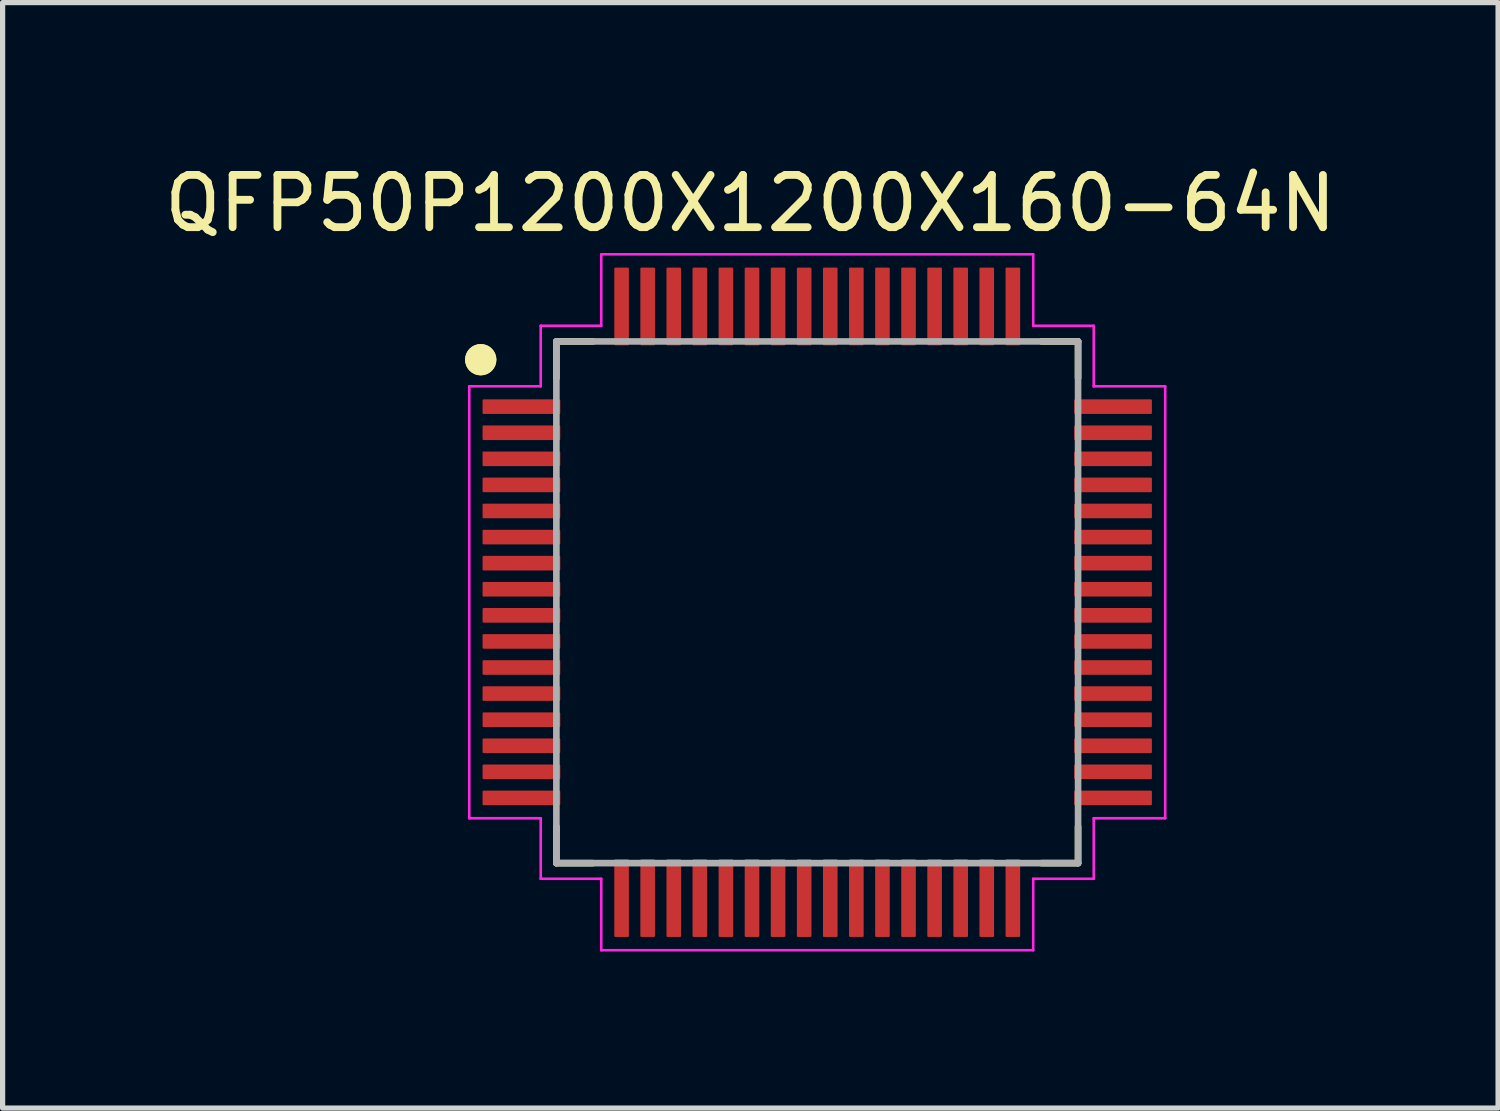
<source format=kicad_pcb>
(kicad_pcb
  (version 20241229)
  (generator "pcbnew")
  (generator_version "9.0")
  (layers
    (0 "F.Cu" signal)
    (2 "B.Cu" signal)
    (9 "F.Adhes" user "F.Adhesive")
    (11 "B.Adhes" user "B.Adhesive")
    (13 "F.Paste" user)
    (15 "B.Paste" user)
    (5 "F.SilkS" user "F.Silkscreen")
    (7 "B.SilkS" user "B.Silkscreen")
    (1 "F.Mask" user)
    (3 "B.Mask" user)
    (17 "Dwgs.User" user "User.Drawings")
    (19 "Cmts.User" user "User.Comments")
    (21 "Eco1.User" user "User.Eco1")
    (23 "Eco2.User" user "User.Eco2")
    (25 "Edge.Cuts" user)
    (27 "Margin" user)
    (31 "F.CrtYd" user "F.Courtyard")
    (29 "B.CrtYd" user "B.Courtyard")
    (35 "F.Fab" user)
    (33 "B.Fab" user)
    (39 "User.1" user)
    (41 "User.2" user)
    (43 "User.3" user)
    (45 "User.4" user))
  (footprint "QFP50P1200X1200X160-64N"
    (layer "F.Cu")
    (at 12.615 8.495)
    (property "Reference" "QFP50P1200X1200X160-64N" (at -1.281 -7.646 0) (layer "F.SilkS") (effects (font (size 1.002 1.002) (thickness 0.15))))
    (attr through_hole)
    (fp_line (start -5 -5) (end -5 -4.3) (stroke (width 0.127) (type solid)) (layer "F.SilkS"))
    (fp_line (start -5 4.3) (end -5 5) (stroke (width 0.127) (type solid)) (layer "F.SilkS"))
    (fp_line (start -5 5) (end -4.3 5) (stroke (width 0.127) (type solid)) (layer "F.SilkS"))
    (fp_line (start -4.3 -5) (end -5 -5) (stroke (width 0.127) (type solid)) (layer "F.SilkS"))
    (fp_line (start 4.3 -5) (end 5 -5) (stroke (width 0.127) (type solid)) (layer "F.SilkS"))
    (fp_line (start 5 -5) (end 5 -4.3) (stroke (width 0.127) (type solid)) (layer "F.SilkS"))
    (fp_line (start 5 4.3) (end 5 5) (stroke (width 0.127) (type solid)) (layer "F.SilkS"))
    (fp_line (start 5 5) (end 4.3 5) (stroke (width 0.127) (type solid)) (layer "F.SilkS"))
    (fp_circle (center -6.45 -4.65) (end -6.4 -4.65) (stroke (width 0.127) (type solid)) (fill no) (layer "F.SilkS"))
    (fp_circle (center -6.45 -4.65) (end -6.3 -4.65) (stroke (width 0.3) (type solid)) (fill no) (layer "F.SilkS"))
    (fp_circle (center -6.45 -4.65) (end -6.3 -4.65) (stroke (width 0.3) (type solid)) (fill no) (layer "F.SilkS"))
    (fp_line (start -6.67 -4.14) (end -5.3 -4.14) (stroke (width 0.05) (type solid)) (layer "F.CrtYd"))
    (fp_line (start -6.67 4.14) (end -6.67 -4.14) (stroke (width 0.05) (type solid)) (layer "F.CrtYd"))
    (fp_line (start -5.3 -5.3) (end -4.14 -5.3) (stroke (width 0.05) (type solid)) (layer "F.CrtYd"))
    (fp_line (start -5.3 -4.14) (end -5.3 -5.3) (stroke (width 0.05) (type solid)) (layer "F.CrtYd"))
    (fp_line (start -5.3 4.14) (end -6.67 4.14) (stroke (width 0.05) (type solid)) (layer "F.CrtYd"))
    (fp_line (start -5.3 5.3) (end -5.3 4.14) (stroke (width 0.05) (type solid)) (layer "F.CrtYd"))
    (fp_line (start -4.14 -6.67) (end 4.14 -6.67) (stroke (width 0.05) (type solid)) (layer "F.CrtYd"))
    (fp_line (start -4.14 -5.3) (end -4.14 -6.67) (stroke (width 0.05) (type solid)) (layer "F.CrtYd"))
    (fp_line (start -4.14 5.3) (end -5.3 5.3) (stroke (width 0.05) (type solid)) (layer "F.CrtYd"))
    (fp_line (start -4.14 6.67) (end -4.14 5.3) (stroke (width 0.05) (type solid)) (layer "F.CrtYd"))
    (fp_line (start 4.14 -6.67) (end 4.14 -5.3) (stroke (width 0.05) (type solid)) (layer "F.CrtYd"))
    (fp_line (start 4.14 -5.3) (end 5.3 -5.3) (stroke (width 0.05) (type solid)) (layer "F.CrtYd"))
    (fp_line (start 4.14 5.3) (end 4.14 6.67) (stroke (width 0.05) (type solid)) (layer "F.CrtYd"))
    (fp_line (start 4.14 6.67) (end -4.14 6.67) (stroke (width 0.05) (type solid)) (layer "F.CrtYd"))
    (fp_line (start 5.3 -5.3) (end 5.3 -4.14) (stroke (width 0.05) (type solid)) (layer "F.CrtYd"))
    (fp_line (start 5.3 -4.14) (end 6.67 -4.14) (stroke (width 0.05) (type solid)) (layer "F.CrtYd"))
    (fp_line (start 5.3 4.14) (end 5.3 5.3) (stroke (width 0.05) (type solid)) (layer "F.CrtYd"))
    (fp_line (start 5.3 5.3) (end 4.14 5.3) (stroke (width 0.05) (type solid)) (layer "F.CrtYd"))
    (fp_line (start 6.67 -4.14) (end 6.67 4.14) (stroke (width 0.05) (type solid)) (layer "F.CrtYd"))
    (fp_line (start 6.67 4.14) (end 5.3 4.14) (stroke (width 0.05) (type solid)) (layer "F.CrtYd"))
    (fp_line (start -5 -5) (end 5 -5) (stroke (width 0.127) (type solid)) (layer "F.Fab"))
    (fp_line (start -5 5) (end -5 -5) (stroke (width 0.127) (type solid)) (layer "F.Fab"))
    (fp_line (start 5 -5) (end 5 5) (stroke (width 0.127) (type solid)) (layer "F.Fab"))
    (fp_line (start 5 5) (end -5 5) (stroke (width 0.127) (type solid)) (layer "F.Fab"))
    (pad "1" smd roundrect (at -5.67 -3.75) (size 1.49 0.28) (layers "F.Cu" "F.Mask" "F.Paste") (roundrect_rratio 0.07))
    (pad "2" smd roundrect (at -5.67 -3.25) (size 1.49 0.28) (layers "F.Cu" "F.Mask" "F.Paste") (roundrect_rratio 0.07))
    (pad "3" smd roundrect (at -5.67 -2.75) (size 1.49 0.28) (layers "F.Cu" "F.Mask" "F.Paste") (roundrect_rratio 0.07))
    (pad "4" smd roundrect (at -5.67 -2.25) (size 1.49 0.28) (layers "F.Cu" "F.Mask" "F.Paste") (roundrect_rratio 0.07))
    (pad "5" smd roundrect (at -5.67 -1.75) (size 1.49 0.28) (layers "F.Cu" "F.Mask" "F.Paste") (roundrect_rratio 0.07))
    (pad "6" smd roundrect (at -5.67 -1.25) (size 1.49 0.28) (layers "F.Cu" "F.Mask" "F.Paste") (roundrect_rratio 0.07))
    (pad "7" smd roundrect (at -5.67 -0.75) (size 1.49 0.28) (layers "F.Cu" "F.Mask" "F.Paste") (roundrect_rratio 0.07))
    (pad "8" smd roundrect (at -5.67 -0.25) (size 1.49 0.28) (layers "F.Cu" "F.Mask" "F.Paste") (roundrect_rratio 0.07))
    (pad "9" smd roundrect (at -5.67 0.25) (size 1.49 0.28) (layers "F.Cu" "F.Mask" "F.Paste") (roundrect_rratio 0.07))
    (pad "10" smd roundrect (at -5.67 0.75) (size 1.49 0.28) (layers "F.Cu" "F.Mask" "F.Paste") (roundrect_rratio 0.07))
    (pad "11" smd roundrect (at -5.67 1.25) (size 1.49 0.28) (layers "F.Cu" "F.Mask" "F.Paste") (roundrect_rratio 0.07))
    (pad "12" smd roundrect (at -5.67 1.75) (size 1.49 0.28) (layers "F.Cu" "F.Mask" "F.Paste") (roundrect_rratio 0.07))
    (pad "13" smd roundrect (at -5.67 2.25) (size 1.49 0.28) (layers "F.Cu" "F.Mask" "F.Paste") (roundrect_rratio 0.07))
    (pad "14" smd roundrect (at -5.67 2.75) (size 1.49 0.28) (layers "F.Cu" "F.Mask" "F.Paste") (roundrect_rratio 0.07))
    (pad "15" smd roundrect (at -5.67 3.25) (size 1.49 0.28) (layers "F.Cu" "F.Mask" "F.Paste") (roundrect_rratio 0.07))
    (pad "16" smd roundrect (at -5.67 3.75) (size 1.49 0.28) (layers "F.Cu" "F.Mask" "F.Paste") (roundrect_rratio 0.07))
    (pad "17" smd roundrect (at -3.75 5.67 90) (size 1.49 0.28) (layers "F.Cu" "F.Mask" "F.Paste") (roundrect_rratio 0.07))
    (pad "18" smd roundrect (at -3.25 5.67 90) (size 1.49 0.28) (layers "F.Cu" "F.Mask" "F.Paste") (roundrect_rratio 0.07))
    (pad "19" smd roundrect (at -2.75 5.67 90) (size 1.49 0.28) (layers "F.Cu" "F.Mask" "F.Paste") (roundrect_rratio 0.07))
    (pad "20" smd roundrect (at -2.25 5.67 90) (size 1.49 0.28) (layers "F.Cu" "F.Mask" "F.Paste") (roundrect_rratio 0.07))
    (pad "21" smd roundrect (at -1.75 5.67 90) (size 1.49 0.28) (layers "F.Cu" "F.Mask" "F.Paste") (roundrect_rratio 0.07))
    (pad "22" smd roundrect (at -1.25 5.67 90) (size 1.49 0.28) (layers "F.Cu" "F.Mask" "F.Paste") (roundrect_rratio 0.07))
    (pad "23" smd roundrect (at -0.75 5.67 90) (size 1.49 0.28) (layers "F.Cu" "F.Mask" "F.Paste") (roundrect_rratio 0.07))
    (pad "24" smd roundrect (at -0.25 5.67 90) (size 1.49 0.28) (layers "F.Cu" "F.Mask" "F.Paste") (roundrect_rratio 0.07))
    (pad "25" smd roundrect (at 0.25 5.67 90) (size 1.49 0.28) (layers "F.Cu" "F.Mask" "F.Paste") (roundrect_rratio 0.07))
    (pad "26" smd roundrect (at 0.75 5.67 90) (size 1.49 0.28) (layers "F.Cu" "F.Mask" "F.Paste") (roundrect_rratio 0.07))
    (pad "27" smd roundrect (at 1.25 5.67 90) (size 1.49 0.28) (layers "F.Cu" "F.Mask" "F.Paste") (roundrect_rratio 0.07))
    (pad "28" smd roundrect (at 1.75 5.67 90) (size 1.49 0.28) (layers "F.Cu" "F.Mask" "F.Paste") (roundrect_rratio 0.07))
    (pad "29" smd roundrect (at 2.25 5.67 90) (size 1.49 0.28) (layers "F.Cu" "F.Mask" "F.Paste") (roundrect_rratio 0.07))
    (pad "30" smd roundrect (at 2.75 5.67 90) (size 1.49 0.28) (layers "F.Cu" "F.Mask" "F.Paste") (roundrect_rratio 0.07))
    (pad "31" smd roundrect (at 3.25 5.67 90) (size 1.49 0.28) (layers "F.Cu" "F.Mask" "F.Paste") (roundrect_rratio 0.07))
    (pad "32" smd roundrect (at 3.75 5.67 90) (size 1.49 0.28) (layers "F.Cu" "F.Mask" "F.Paste") (roundrect_rratio 0.07))
    (pad "33" smd roundrect (at 5.67 3.75 180) (size 1.49 0.28) (layers "F.Cu" "F.Mask" "F.Paste") (roundrect_rratio 0.07))
    (pad "34" smd roundrect (at 5.67 3.25 180) (size 1.49 0.28) (layers "F.Cu" "F.Mask" "F.Paste") (roundrect_rratio 0.07))
    (pad "35" smd roundrect (at 5.67 2.75 180) (size 1.49 0.28) (layers "F.Cu" "F.Mask" "F.Paste") (roundrect_rratio 0.07))
    (pad "36" smd roundrect (at 5.67 2.25 180) (size 1.49 0.28) (layers "F.Cu" "F.Mask" "F.Paste") (roundrect_rratio 0.07))
    (pad "37" smd roundrect (at 5.67 1.75 180) (size 1.49 0.28) (layers "F.Cu" "F.Mask" "F.Paste") (roundrect_rratio 0.07))
    (pad "38" smd roundrect (at 5.67 1.25 180) (size 1.49 0.28) (layers "F.Cu" "F.Mask" "F.Paste") (roundrect_rratio 0.07))
    (pad "39" smd roundrect (at 5.67 0.75 180) (size 1.49 0.28) (layers "F.Cu" "F.Mask" "F.Paste") (roundrect_rratio 0.07))
    (pad "40" smd roundrect (at 5.67 0.25 180) (size 1.49 0.28) (layers "F.Cu" "F.Mask" "F.Paste") (roundrect_rratio 0.07))
    (pad "41" smd roundrect (at 5.67 -0.25 180) (size 1.49 0.28) (layers "F.Cu" "F.Mask" "F.Paste") (roundrect_rratio 0.07))
    (pad "42" smd roundrect (at 5.67 -0.75 180) (size 1.49 0.28) (layers "F.Cu" "F.Mask" "F.Paste") (roundrect_rratio 0.07))
    (pad "43" smd roundrect (at 5.67 -1.25 180) (size 1.49 0.28) (layers "F.Cu" "F.Mask" "F.Paste") (roundrect_rratio 0.07))
    (pad "44" smd roundrect (at 5.67 -1.75 180) (size 1.49 0.28) (layers "F.Cu" "F.Mask" "F.Paste") (roundrect_rratio 0.07))
    (pad "45" smd roundrect (at 5.67 -2.25 180) (size 1.49 0.28) (layers "F.Cu" "F.Mask" "F.Paste") (roundrect_rratio 0.07))
    (pad "46" smd roundrect (at 5.67 -2.75 180) (size 1.49 0.28) (layers "F.Cu" "F.Mask" "F.Paste") (roundrect_rratio 0.07))
    (pad "47" smd roundrect (at 5.67 -3.25 180) (size 1.49 0.28) (layers "F.Cu" "F.Mask" "F.Paste") (roundrect_rratio 0.07))
    (pad "48" smd roundrect (at 5.67 -3.75 180) (size 1.49 0.28) (layers "F.Cu" "F.Mask" "F.Paste") (roundrect_rratio 0.07))
    (pad "49" smd roundrect (at 3.75 -5.67 90) (size 1.49 0.28) (layers "F.Cu" "F.Mask" "F.Paste") (roundrect_rratio 0.07))
    (pad "50" smd roundrect (at 3.25 -5.67 90) (size 1.49 0.28) (layers "F.Cu" "F.Mask" "F.Paste") (roundrect_rratio 0.07))
    (pad "51" smd roundrect (at 2.75 -5.67 90) (size 1.49 0.28) (layers "F.Cu" "F.Mask" "F.Paste") (roundrect_rratio 0.07))
    (pad "52" smd roundrect (at 2.25 -5.67 90) (size 1.49 0.28) (layers "F.Cu" "F.Mask" "F.Paste") (roundrect_rratio 0.07))
    (pad "53" smd roundrect (at 1.75 -5.67 90) (size 1.49 0.28) (layers "F.Cu" "F.Mask" "F.Paste") (roundrect_rratio 0.07))
    (pad "54" smd roundrect (at 1.25 -5.67 90) (size 1.49 0.28) (layers "F.Cu" "F.Mask" "F.Paste") (roundrect_rratio 0.07))
    (pad "55" smd roundrect (at 0.75 -5.67 90) (size 1.49 0.28) (layers "F.Cu" "F.Mask" "F.Paste") (roundrect_rratio 0.07))
    (pad "56" smd roundrect (at 0.25 -5.67 90) (size 1.49 0.28) (layers "F.Cu" "F.Mask" "F.Paste") (roundrect_rratio 0.07))
    (pad "57" smd roundrect (at -0.25 -5.67 90) (size 1.49 0.28) (layers "F.Cu" "F.Mask" "F.Paste") (roundrect_rratio 0.07))
    (pad "58" smd roundrect (at -0.75 -5.67 90) (size 1.49 0.28) (layers "F.Cu" "F.Mask" "F.Paste") (roundrect_rratio 0.07))
    (pad "59" smd roundrect (at -1.25 -5.67 90) (size 1.49 0.28) (layers "F.Cu" "F.Mask" "F.Paste") (roundrect_rratio 0.07))
    (pad "60" smd roundrect (at -1.75 -5.67 90) (size 1.49 0.28) (layers "F.Cu" "F.Mask" "F.Paste") (roundrect_rratio 0.07))
    (pad "61" smd roundrect (at -2.25 -5.67 90) (size 1.49 0.28) (layers "F.Cu" "F.Mask" "F.Paste") (roundrect_rratio 0.07))
    (pad "62" smd roundrect (at -2.75 -5.67 90) (size 1.49 0.28) (layers "F.Cu" "F.Mask" "F.Paste") (roundrect_rratio 0.07))
    (pad "63" smd roundrect (at -3.25 -5.67 90) (size 1.49 0.28) (layers "F.Cu" "F.Mask" "F.Paste") (roundrect_rratio 0.07))
    (pad "64" smd roundrect (at -3.75 -5.67 90) (size 1.49 0.28) (layers "F.Cu" "F.Mask" "F.Paste") (roundrect_rratio 0.07)))
  (gr_rect
    (start -3 -3)
    (end 25.666 18.19)
    (stroke (width 0.1) (type default))
    (fill no)
    (layer "Edge.Cuts")))
</source>
